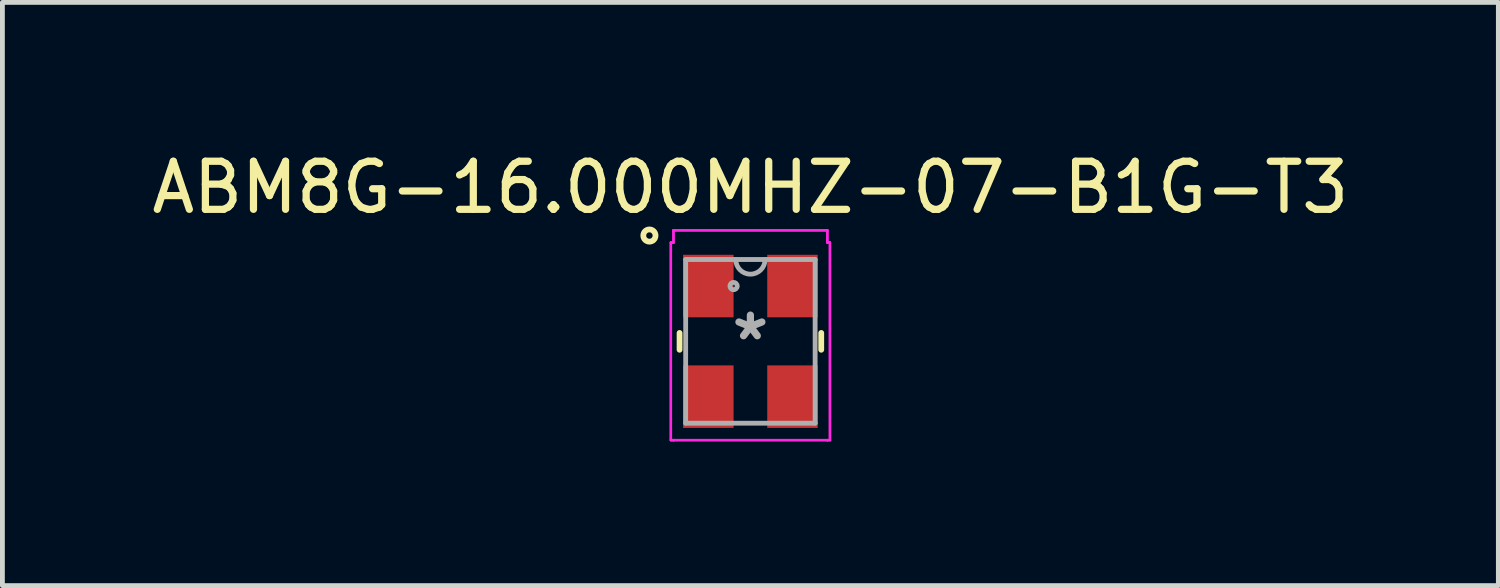
<source format=kicad_pcb>
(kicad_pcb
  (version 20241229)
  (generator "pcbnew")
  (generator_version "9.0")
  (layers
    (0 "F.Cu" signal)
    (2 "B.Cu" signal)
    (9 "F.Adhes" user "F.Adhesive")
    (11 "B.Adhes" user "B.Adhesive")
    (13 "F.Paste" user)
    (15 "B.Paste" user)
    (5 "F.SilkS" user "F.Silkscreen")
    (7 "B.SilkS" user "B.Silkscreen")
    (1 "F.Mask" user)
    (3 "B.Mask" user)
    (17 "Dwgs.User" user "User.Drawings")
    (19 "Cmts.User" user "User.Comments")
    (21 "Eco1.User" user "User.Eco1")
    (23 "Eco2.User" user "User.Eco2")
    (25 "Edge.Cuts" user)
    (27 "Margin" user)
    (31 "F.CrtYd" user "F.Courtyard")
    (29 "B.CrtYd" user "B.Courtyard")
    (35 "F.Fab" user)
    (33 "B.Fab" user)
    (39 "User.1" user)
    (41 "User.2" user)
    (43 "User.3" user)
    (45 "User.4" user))
  (footprint "ABM8G-16.000MHZ-07-B1G-T3"
    (layer "F.Cu")
    (at 12.554 4.048)
    (property "Reference" "ABM8G-16.000MHZ-07-B1G-T3" (at 0 -3.2 0) (layer "F.SilkS") (effects (font (size 1 1) (thickness 0.15))))
    (attr smd)
    (fp_line (start -1.473 -0.175) (end -1.473 0.175) (stroke (width 0.12) (type solid)) (layer "F.SilkS"))
    (fp_line (start 1.473 0.175) (end 1.473 -0.175) (stroke (width 0.12) (type solid)) (layer "F.SilkS"))
    (fp_circle (center -2.1 -2.2) (end -1.973 -2.2) (stroke (width 0.12) (type solid)) (fill no) (layer "F.SilkS"))
    (fp_line (start -1.654 -2.054) (end -1.6 -2.054) (stroke (width 0.05) (type solid)) (layer "F.CrtYd"))
    (fp_line (start -1.654 -2.054) (end -1.6 -2.054) (stroke (width 0.05) (type solid)) (layer "F.CrtYd"))
    (fp_line (start -1.654 2.054) (end -1.654 -2.054) (stroke (width 0.05) (type solid)) (layer "F.CrtYd"))
    (fp_line (start -1.654 2.054) (end -1.654 -2.054) (stroke (width 0.05) (type solid)) (layer "F.CrtYd"))
    (fp_line (start -1.654 2.054) (end -1.6 2.054) (stroke (width 0.05) (type solid)) (layer "F.CrtYd"))
    (fp_line (start -1.6 -2.308) (end 1.6 -2.308) (stroke (width 0.05) (type solid)) (layer "F.CrtYd"))
    (fp_line (start -1.6 -2.308) (end 1.6 -2.308) (stroke (width 0.05) (type solid)) (layer "F.CrtYd"))
    (fp_line (start -1.6 -2.054) (end -1.6 -2.308) (stroke (width 0.05) (type solid)) (layer "F.CrtYd"))
    (fp_line (start -1.6 -2.054) (end -1.6 -2.308) (stroke (width 0.05) (type solid)) (layer "F.CrtYd"))
    (fp_line (start -1.6 2.054) (end -1.654 2.054) (stroke (width 0.05) (type solid)) (layer "F.CrtYd"))
    (fp_line (start -1.6 2.054) (end -1.6 2.054) (stroke (width 0.05) (type solid)) (layer "F.CrtYd"))
    (fp_line (start -1.6 2.054) (end -1.6 2.054) (stroke (width 0.05) (type solid)) (layer "F.CrtYd"))
    (fp_line (start 1.6 -2.308) (end 1.6 -2.054) (stroke (width 0.05) (type solid)) (layer "F.CrtYd"))
    (fp_line (start 1.6 -2.308) (end 1.6 -2.054) (stroke (width 0.05) (type solid)) (layer "F.CrtYd"))
    (fp_line (start 1.6 -2.054) (end 1.654 -2.054) (stroke (width 0.05) (type solid)) (layer "F.CrtYd"))
    (fp_line (start 1.6 2.054) (end -1.6 2.054) (stroke (width 0.05) (type solid)) (layer "F.CrtYd"))
    (fp_line (start 1.6 2.054) (end -1.6 2.054) (stroke (width 0.05) (type solid)) (layer "F.CrtYd"))
    (fp_line (start 1.6 2.054) (end 1.6 2.054) (stroke (width 0.05) (type solid)) (layer "F.CrtYd"))
    (fp_line (start 1.6 2.054) (end 1.6 2.054) (stroke (width 0.05) (type solid)) (layer "F.CrtYd"))
    (fp_line (start 1.654 -2.054) (end 1.6 -2.054) (stroke (width 0.05) (type solid)) (layer "F.CrtYd"))
    (fp_line (start 1.654 -2.054) (end 1.654 2.054) (stroke (width 0.05) (type solid)) (layer "F.CrtYd"))
    (fp_line (start 1.654 -2.054) (end 1.654 2.054) (stroke (width 0.05) (type solid)) (layer "F.CrtYd"))
    (fp_line (start 1.654 2.054) (end 1.6 2.054) (stroke (width 0.05) (type solid)) (layer "F.CrtYd"))
    (fp_line (start 1.654 2.054) (end 1.6 2.054) (stroke (width 0.05) (type solid)) (layer "F.CrtYd"))
    (fp_line (start -1.346 -1.702) (end -1.346 1.702) (stroke (width 0.1) (type solid)) (layer "F.Fab"))
    (fp_line (start -1.346 1.702) (end 1.346 1.702) (stroke (width 0.1) (type solid)) (layer "F.Fab"))
    (fp_line (start 1.346 -1.702) (end -1.346 -1.702) (stroke (width 0.1) (type solid)) (layer "F.Fab"))
    (fp_line (start 1.346 1.702) (end 1.346 -1.702) (stroke (width 0.1) (type solid)) (layer "F.Fab"))
    (fp_arc (start 0.3048 -1.7018) (mid 0 -1.397) (end -0.3048 -1.7018) (stroke (width 0.1) (type solid)) (layer "F.Fab"))
    (fp_circle (center -0.35 -1.15) (end -0.274 -1.15) (stroke (width 0.1) (type solid)) (fill no) (layer "F.Fab"))
    (fp_text user "*" (at 0 0 0) (layer "F.Fab") (effects (font (size 1 1) (thickness 0.15))))
    (pad "1" smd rect (at -0.875 -1.15) (size 1.05 1.3) (layers "F.Cu" "F.Mask" "F.Paste"))
    (pad "2" smd rect (at -0.875 1.15) (size 1.05 1.3) (layers "F.Cu" "F.Mask" "F.Paste"))
    (pad "3" smd rect (at 0.875 1.15) (size 1.05 1.3) (layers "F.Cu" "F.Mask" "F.Paste"))
    (pad "4" smd rect (at 0.875 -1.15) (size 1.05 1.3) (layers "F.Cu" "F.Mask" "F.Paste")))
  (gr_rect
    (start -3 -3)
    (end 28.107 9.127)
    (stroke (width 0.1) (type default))
    (fill no)
    (layer "Edge.Cuts")))
</source>
